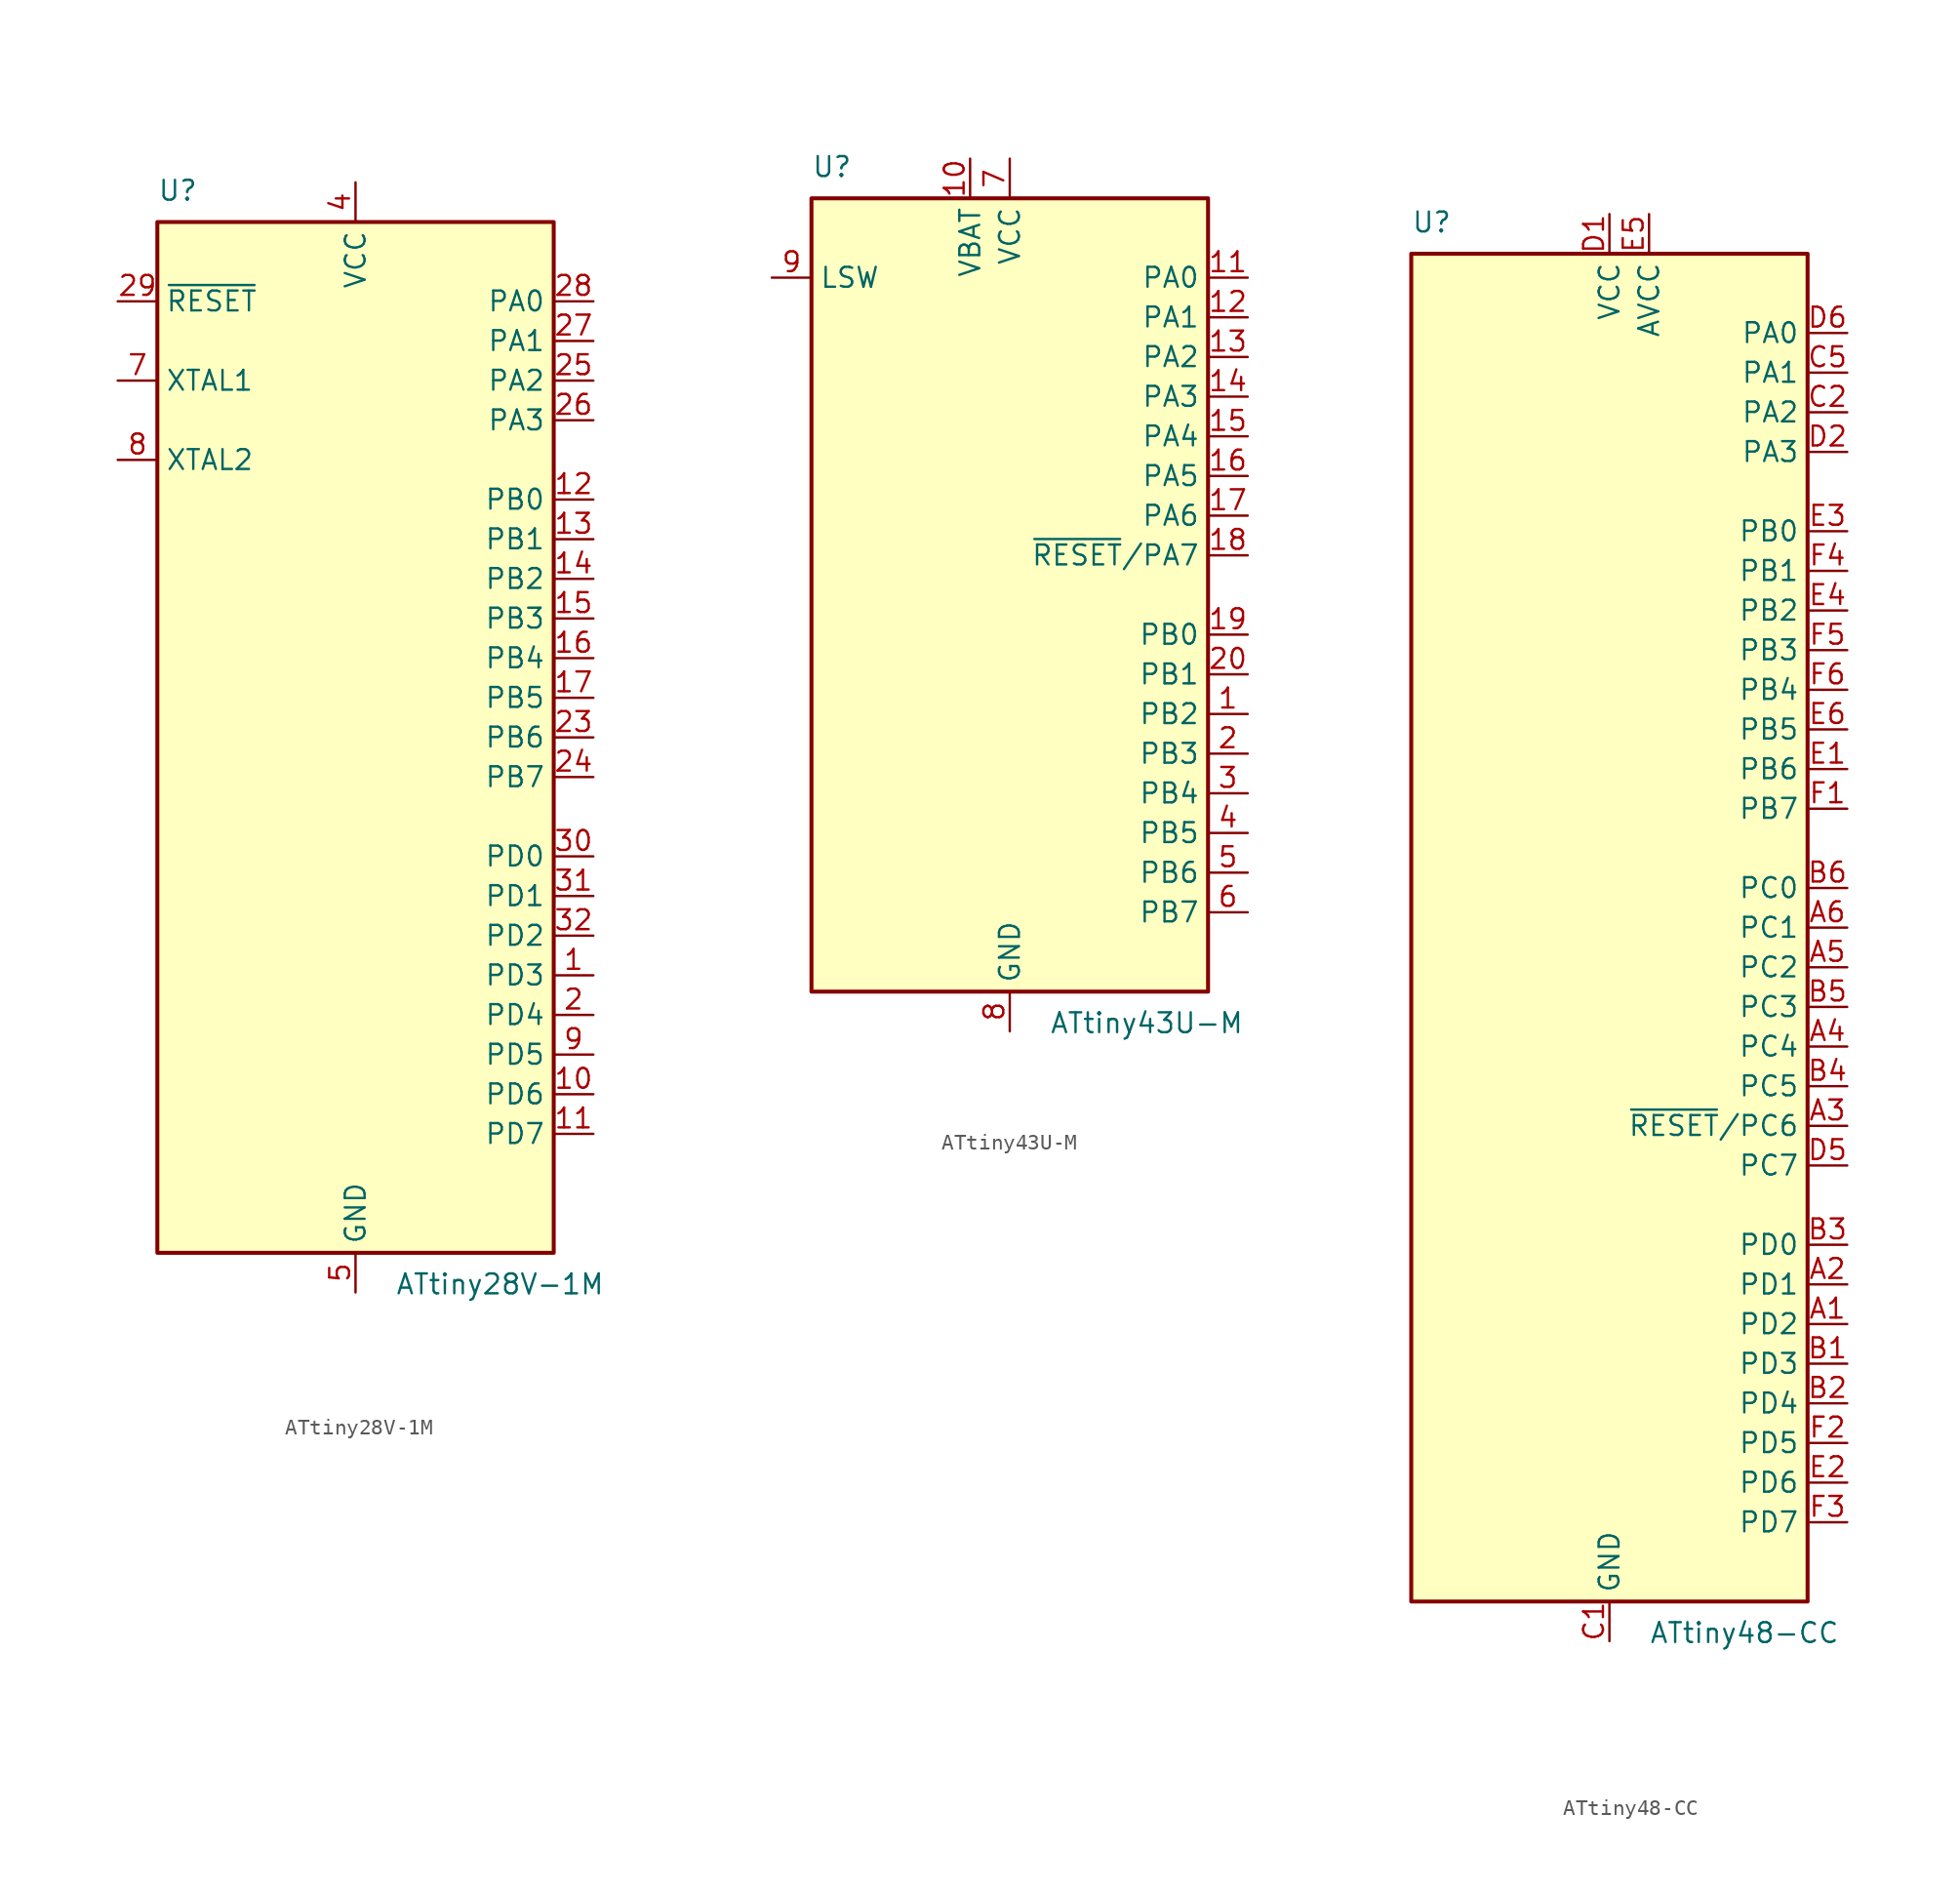
<source format=kicad_sym>
(kicad_symbol_lib
  (version 20211014)
  (generator kicad_symbol_editor)
  (symbol "ATtiny28V-1M"
    (property "Reference" "U"
      (at -12.7 34.29 0)
      (effects (font (size 1.27 1.27)) (justify left bottom)))
    (property "Value" "ATtiny28V-1M"
      (at 2.54 -34.29 0)
      (effects (font (size 1.27 1.27)) (justify left top)))
    (symbol "ATtiny28V-1M_0_1"
      (rectangle (start -12.7 -33.02) (end 12.7 33.02) (stroke (width 0.254) (type default) (color 0 0 0 0)) (fill (type background))))
    (symbol "ATtiny28V-1M_1_1"
      (pin bidirectional line (at 15.24 -15.24 180) (length 2.54) (name "PD3" (effects (font (size 1.27 1.27)))) (number "1" (effects (font (size 1.27 1.27)))))
      (pin bidirectional line (at 15.24 -22.86 180) (length 2.54) (name "PD6" (effects (font (size 1.27 1.27)))) (number "10" (effects (font (size 1.27 1.27)))))
      (pin bidirectional line (at 15.24 -25.4 180) (length 2.54) (name "PD7" (effects (font (size 1.27 1.27)))) (number "11" (effects (font (size 1.27 1.27)))))
      (pin bidirectional line (at 15.24 15.24 180) (length 2.54) (name "PB0" (effects (font (size 1.27 1.27)))) (number "12" (effects (font (size 1.27 1.27)))))
      (pin bidirectional line (at 15.24 12.7 180) (length 2.54) (name "PB1" (effects (font (size 1.27 1.27)))) (number "13" (effects (font (size 1.27 1.27)))))
      (pin bidirectional line (at 15.24 10.16 180) (length 2.54) (name "PB2" (effects (font (size 1.27 1.27)))) (number "14" (effects (font (size 1.27 1.27)))))
      (pin bidirectional line (at 15.24 7.62 180) (length 2.54) (name "PB3" (effects (font (size 1.27 1.27)))) (number "15" (effects (font (size 1.27 1.27)))))
      (pin bidirectional line (at 15.24 5.08 180) (length 2.54) (name "PB4" (effects (font (size 1.27 1.27)))) (number "16" (effects (font (size 1.27 1.27)))))
      (pin bidirectional line (at 15.24 2.54 180) (length 2.54) (name "PB5" (effects (font (size 1.27 1.27)))) (number "17" (effects (font (size 1.27 1.27)))))
      (pin passive line (at 0 35.56 270) (length 2.54) hide (name "VCC" (effects (font (size 1.27 1.27)))) (number "18" (effects (font (size 1.27 1.27)))))
      (pin no_connect line (at -12.7 -25.4 0) (length 2.54) hide (name "NC" (effects (font (size 1.27 1.27)))) (number "19" (effects (font (size 1.27 1.27)))))
      (pin bidirectional line (at 15.24 -17.78 180) (length 2.54) (name "PD4" (effects (font (size 1.27 1.27)))) (number "2" (effects (font (size 1.27 1.27)))))
      (pin no_connect line (at -12.7 -27.94 0) (length 2.54) hide (name "NC" (effects (font (size 1.27 1.27)))) (number "20" (effects (font (size 1.27 1.27)))))
      (pin passive line (at 0 -35.56 90) (length 2.54) hide (name "GND" (effects (font (size 1.27 1.27)))) (number "21" (effects (font (size 1.27 1.27)))))
      (pin no_connect line (at -12.7 -30.48 0) (length 2.54) hide (name "NC" (effects (font (size 1.27 1.27)))) (number "22" (effects (font (size 1.27 1.27)))))
      (pin bidirectional line (at 15.24 0 180) (length 2.54) (name "PB6" (effects (font (size 1.27 1.27)))) (number "23" (effects (font (size 1.27 1.27)))))
      (pin bidirectional line (at 15.24 -2.54 180) (length 2.54) (name "PB7" (effects (font (size 1.27 1.27)))) (number "24" (effects (font (size 1.27 1.27)))))
      (pin bidirectional line (at 15.24 22.86 180) (length 2.54) (name "PA2" (effects (font (size 1.27 1.27)))) (number "25" (effects (font (size 1.27 1.27)))))
      (pin bidirectional line (at 15.24 20.32 180) (length 2.54) (name "PA3" (effects (font (size 1.27 1.27)))) (number "26" (effects (font (size 1.27 1.27)))))
      (pin bidirectional line (at 15.24 25.4 180) (length 2.54) (name "PA1" (effects (font (size 1.27 1.27)))) (number "27" (effects (font (size 1.27 1.27)))))
      (pin bidirectional line (at 15.24 27.94 180) (length 2.54) (name "PA0" (effects (font (size 1.27 1.27)))) (number "28" (effects (font (size 1.27 1.27)))))
      (pin input line (at -15.24 27.94 0) (length 2.54) (name "~{RESET}" (effects (font (size 1.27 1.27)))) (number "29" (effects (font (size 1.27 1.27)))))
      (pin no_connect line (at -12.7 -20.32 0) (length 2.54) hide (name "NC" (effects (font (size 1.27 1.27)))) (number "3" (effects (font (size 1.27 1.27)))))
      (pin bidirectional line (at 15.24 -7.62 180) (length 2.54) (name "PD0" (effects (font (size 1.27 1.27)))) (number "30" (effects (font (size 1.27 1.27)))))
      (pin bidirectional line (at 15.24 -10.16 180) (length 2.54) (name "PD1" (effects (font (size 1.27 1.27)))) (number "31" (effects (font (size 1.27 1.27)))))
      (pin bidirectional line (at 15.24 -12.7 180) (length 2.54) (name "PD2" (effects (font (size 1.27 1.27)))) (number "32" (effects (font (size 1.27 1.27)))))
      (pin passive line (at 0 -35.56 90) (length 2.54) hide (name "GND" (effects (font (size 1.27 1.27)))) (number "33" (effects (font (size 1.27 1.27)))))
      (pin power_in line (at 0 35.56 270) (length 2.54) (name "VCC" (effects (font (size 1.27 1.27)))) (number "4" (effects (font (size 1.27 1.27)))))
      (pin power_in line (at 0 -35.56 90) (length 2.54) (name "GND" (effects (font (size 1.27 1.27)))) (number "5" (effects (font (size 1.27 1.27)))))
      (pin no_connect line (at -12.7 -22.86 0) (length 2.54) hide (name "NC" (effects (font (size 1.27 1.27)))) (number "6" (effects (font (size 1.27 1.27)))))
      (pin input line (at -15.24 22.86 0) (length 2.54) (name "XTAL1" (effects (font (size 1.27 1.27)))) (number "7" (effects (font (size 1.27 1.27)))))
      (pin output line (at -15.24 17.78 0) (length 2.54) (name "XTAL2" (effects (font (size 1.27 1.27)))) (number "8" (effects (font (size 1.27 1.27)))))
      (pin bidirectional line (at 15.24 -20.32 180) (length 2.54) (name "PD5" (effects (font (size 1.27 1.27)))) (number "9" (effects (font (size 1.27 1.27)))))))
  (symbol "ATtiny43U-M"
    (property "Reference" "U"
      (at -12.7 26.67 0)
      (effects (font (size 1.27 1.27)) (justify left bottom)))
    (property "Value" "ATtiny43U-M"
      (at 2.54 -26.67 0)
      (effects (font (size 1.27 1.27)) (justify left top)))
    (symbol "ATtiny43U-M_0_1"
      (rectangle (start -12.7 -25.4) (end 12.7 25.4) (stroke (width 0.254) (type default) (color 0 0 0 0)) (fill (type background))))
    (symbol "ATtiny43U-M_1_1"
      (pin bidirectional line (at 15.24 -7.62 180) (length 2.54) (name "PB2" (effects (font (size 1.27 1.27)))) (number "1" (effects (font (size 1.27 1.27)))))
      (pin power_in line (at -2.54 27.94 270) (length 2.54) (name "VBAT" (effects (font (size 1.27 1.27)))) (number "10" (effects (font (size 1.27 1.27)))))
      (pin bidirectional line (at 15.24 20.32 180) (length 2.54) (name "PA0" (effects (font (size 1.27 1.27)))) (number "11" (effects (font (size 1.27 1.27)))))
      (pin bidirectional line (at 15.24 17.78 180) (length 2.54) (name "PA1" (effects (font (size 1.27 1.27)))) (number "12" (effects (font (size 1.27 1.27)))))
      (pin bidirectional line (at 15.24 15.24 180) (length 2.54) (name "PA2" (effects (font (size 1.27 1.27)))) (number "13" (effects (font (size 1.27 1.27)))))
      (pin bidirectional line (at 15.24 12.7 180) (length 2.54) (name "PA3" (effects (font (size 1.27 1.27)))) (number "14" (effects (font (size 1.27 1.27)))))
      (pin bidirectional line (at 15.24 10.16 180) (length 2.54) (name "PA4" (effects (font (size 1.27 1.27)))) (number "15" (effects (font (size 1.27 1.27)))))
      (pin bidirectional line (at 15.24 7.62 180) (length 2.54) (name "PA5" (effects (font (size 1.27 1.27)))) (number "16" (effects (font (size 1.27 1.27)))))
      (pin bidirectional line (at 15.24 5.08 180) (length 2.54) (name "PA6" (effects (font (size 1.27 1.27)))) (number "17" (effects (font (size 1.27 1.27)))))
      (pin bidirectional line (at 15.24 2.54 180) (length 2.54) (name "~{RESET}/PA7" (effects (font (size 1.27 1.27)))) (number "18" (effects (font (size 1.27 1.27)))))
      (pin bidirectional line (at 15.24 -2.54 180) (length 2.54) (name "PB0" (effects (font (size 1.27 1.27)))) (number "19" (effects (font (size 1.27 1.27)))))
      (pin bidirectional line (at 15.24 -10.16 180) (length 2.54) (name "PB3" (effects (font (size 1.27 1.27)))) (number "2" (effects (font (size 1.27 1.27)))))
      (pin bidirectional line (at 15.24 -5.08 180) (length 2.54) (name "PB1" (effects (font (size 1.27 1.27)))) (number "20" (effects (font (size 1.27 1.27)))))
      (pin passive line (at 0 -27.94 90) (length 2.54) hide (name "GND" (effects (font (size 1.27 1.27)))) (number "21" (effects (font (size 1.27 1.27)))))
      (pin bidirectional line (at 15.24 -12.7 180) (length 2.54) (name "PB4" (effects (font (size 1.27 1.27)))) (number "3" (effects (font (size 1.27 1.27)))))
      (pin bidirectional line (at 15.24 -15.24 180) (length 2.54) (name "PB5" (effects (font (size 1.27 1.27)))) (number "4" (effects (font (size 1.27 1.27)))))
      (pin bidirectional line (at 15.24 -17.78 180) (length 2.54) (name "PB6" (effects (font (size 1.27 1.27)))) (number "5" (effects (font (size 1.27 1.27)))))
      (pin bidirectional line (at 15.24 -20.32 180) (length 2.54) (name "PB7" (effects (font (size 1.27 1.27)))) (number "6" (effects (font (size 1.27 1.27)))))
      (pin power_in line (at 0 27.94 270) (length 2.54) (name "VCC" (effects (font (size 1.27 1.27)))) (number "7" (effects (font (size 1.27 1.27)))))
      (pin power_in line (at 0 -27.94 90) (length 2.54) (name "GND" (effects (font (size 1.27 1.27)))) (number "8" (effects (font (size 1.27 1.27)))))
      (pin passive line (at -15.24 20.32 0) (length 2.54) (name "LSW" (effects (font (size 1.27 1.27)))) (number "9" (effects (font (size 1.27 1.27)))))))
  (symbol "ATtiny48-CC"
    (property "Reference" "U"
      (at -12.7 44.45 0)
      (effects (font (size 1.27 1.27)) (justify left bottom)))
    (property "Value" "ATtiny48-CC"
      (at 2.54 -44.45 0)
      (effects (font (size 1.27 1.27)) (justify left top)))
    (symbol "ATtiny48-CC_0_1"
      (rectangle (start -12.7 -43.18) (end 12.7 43.18) (stroke (width 0.254) (type default) (color 0 0 0 0)) (fill (type background))))
    (symbol "ATtiny48-CC_1_1"
      (pin bidirectional line (at 15.24 -25.4 180) (length 2.54) (name "PD2" (effects (font (size 1.27 1.27)))) (number "A1" (effects (font (size 1.27 1.27)))))
      (pin bidirectional line (at 15.24 -22.86 180) (length 2.54) (name "PD1" (effects (font (size 1.27 1.27)))) (number "A2" (effects (font (size 1.27 1.27)))))
      (pin bidirectional line (at 15.24 -12.7 180) (length 2.54) (name "~{RESET}/PC6" (effects (font (size 1.27 1.27)))) (number "A3" (effects (font (size 1.27 1.27)))))
      (pin bidirectional line (at 15.24 -7.62 180) (length 2.54) (name "PC4" (effects (font (size 1.27 1.27)))) (number "A4" (effects (font (size 1.27 1.27)))))
      (pin bidirectional line (at 15.24 -2.54 180) (length 2.54) (name "PC2" (effects (font (size 1.27 1.27)))) (number "A5" (effects (font (size 1.27 1.27)))))
      (pin bidirectional line (at 15.24 0 180) (length 2.54) (name "PC1" (effects (font (size 1.27 1.27)))) (number "A6" (effects (font (size 1.27 1.27)))))
      (pin bidirectional line (at 15.24 -27.94 180) (length 2.54) (name "PD3" (effects (font (size 1.27 1.27)))) (number "B1" (effects (font (size 1.27 1.27)))))
      (pin bidirectional line (at 15.24 -30.48 180) (length 2.54) (name "PD4" (effects (font (size 1.27 1.27)))) (number "B2" (effects (font (size 1.27 1.27)))))
      (pin bidirectional line (at 15.24 -20.32 180) (length 2.54) (name "PD0" (effects (font (size 1.27 1.27)))) (number "B3" (effects (font (size 1.27 1.27)))))
      (pin bidirectional line (at 15.24 -10.16 180) (length 2.54) (name "PC5" (effects (font (size 1.27 1.27)))) (number "B4" (effects (font (size 1.27 1.27)))))
      (pin bidirectional line (at 15.24 -5.08 180) (length 2.54) (name "PC3" (effects (font (size 1.27 1.27)))) (number "B5" (effects (font (size 1.27 1.27)))))
      (pin bidirectional line (at 15.24 2.54 180) (length 2.54) (name "PC0" (effects (font (size 1.27 1.27)))) (number "B6" (effects (font (size 1.27 1.27)))))
      (pin power_in line (at 0 -45.72 90) (length 2.54) (name "GND" (effects (font (size 1.27 1.27)))) (number "C1" (effects (font (size 1.27 1.27)))))
      (pin bidirectional line (at 15.24 33.02 180) (length 2.54) (name "PA2" (effects (font (size 1.27 1.27)))) (number "C2" (effects (font (size 1.27 1.27)))))
      (pin bidirectional line (at 15.24 35.56 180) (length 2.54) (name "PA1" (effects (font (size 1.27 1.27)))) (number "C5" (effects (font (size 1.27 1.27)))))
      (pin passive line (at 0 -45.72 90) (length 2.54) hide (name "GND" (effects (font (size 1.27 1.27)))) (number "C6" (effects (font (size 1.27 1.27)))))
      (pin power_in line (at 0 45.72 270) (length 2.54) (name "VCC" (effects (font (size 1.27 1.27)))) (number "D1" (effects (font (size 1.27 1.27)))))
      (pin bidirectional line (at 15.24 30.48 180) (length 2.54) (name "PA3" (effects (font (size 1.27 1.27)))) (number "D2" (effects (font (size 1.27 1.27)))))
      (pin bidirectional line (at 15.24 -15.24 180) (length 2.54) (name "PC7" (effects (font (size 1.27 1.27)))) (number "D5" (effects (font (size 1.27 1.27)))))
      (pin bidirectional line (at 15.24 38.1 180) (length 2.54) (name "PA0" (effects (font (size 1.27 1.27)))) (number "D6" (effects (font (size 1.27 1.27)))))
      (pin bidirectional line (at 15.24 10.16 180) (length 2.54) (name "PB6" (effects (font (size 1.27 1.27)))) (number "E1" (effects (font (size 1.27 1.27)))))
      (pin bidirectional line (at 15.24 -35.56 180) (length 2.54) (name "PD6" (effects (font (size 1.27 1.27)))) (number "E2" (effects (font (size 1.27 1.27)))))
      (pin bidirectional line (at 15.24 25.4 180) (length 2.54) (name "PB0" (effects (font (size 1.27 1.27)))) (number "E3" (effects (font (size 1.27 1.27)))))
      (pin bidirectional line (at 15.24 20.32 180) (length 2.54) (name "PB2" (effects (font (size 1.27 1.27)))) (number "E4" (effects (font (size 1.27 1.27)))))
      (pin power_in line (at 2.54 45.72 270) (length 2.54) (name "AVCC" (effects (font (size 1.27 1.27)))) (number "E5" (effects (font (size 1.27 1.27)))))
      (pin bidirectional line (at 15.24 12.7 180) (length 2.54) (name "PB5" (effects (font (size 1.27 1.27)))) (number "E6" (effects (font (size 1.27 1.27)))))
      (pin bidirectional line (at 15.24 7.62 180) (length 2.54) (name "PB7" (effects (font (size 1.27 1.27)))) (number "F1" (effects (font (size 1.27 1.27)))))
      (pin bidirectional line (at 15.24 -33.02 180) (length 2.54) (name "PD5" (effects (font (size 1.27 1.27)))) (number "F2" (effects (font (size 1.27 1.27)))))
      (pin bidirectional line (at 15.24 -38.1 180) (length 2.54) (name "PD7" (effects (font (size 1.27 1.27)))) (number "F3" (effects (font (size 1.27 1.27)))))
      (pin bidirectional line (at 15.24 22.86 180) (length 2.54) (name "PB1" (effects (font (size 1.27 1.27)))) (number "F4" (effects (font (size 1.27 1.27)))))
      (pin bidirectional line (at 15.24 17.78 180) (length 2.54) (name "PB3" (effects (font (size 1.27 1.27)))) (number "F5" (effects (font (size 1.27 1.27)))))
      (pin bidirectional line (at 15.24 15.24 180) (length 2.54) (name "PB4" (effects (font (size 1.27 1.27)))) (number "F6" (effects (font (size 1.27 1.27))))))))
</source>
